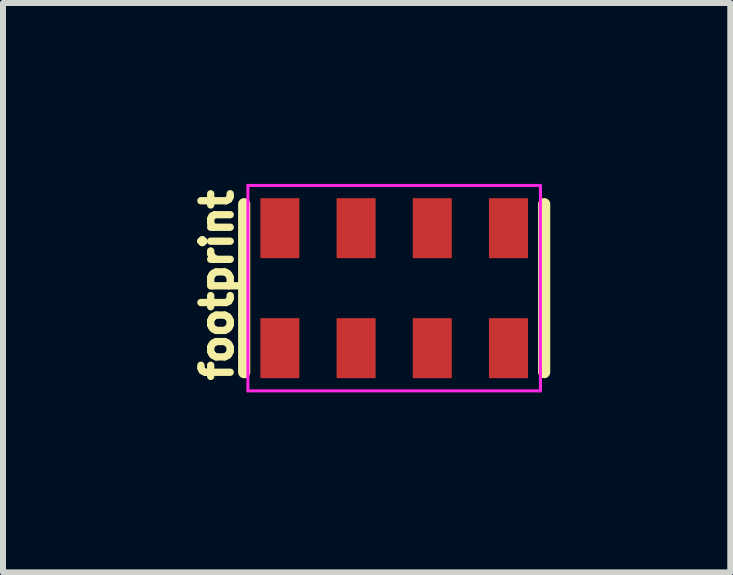
<source format=kicad_pcb>
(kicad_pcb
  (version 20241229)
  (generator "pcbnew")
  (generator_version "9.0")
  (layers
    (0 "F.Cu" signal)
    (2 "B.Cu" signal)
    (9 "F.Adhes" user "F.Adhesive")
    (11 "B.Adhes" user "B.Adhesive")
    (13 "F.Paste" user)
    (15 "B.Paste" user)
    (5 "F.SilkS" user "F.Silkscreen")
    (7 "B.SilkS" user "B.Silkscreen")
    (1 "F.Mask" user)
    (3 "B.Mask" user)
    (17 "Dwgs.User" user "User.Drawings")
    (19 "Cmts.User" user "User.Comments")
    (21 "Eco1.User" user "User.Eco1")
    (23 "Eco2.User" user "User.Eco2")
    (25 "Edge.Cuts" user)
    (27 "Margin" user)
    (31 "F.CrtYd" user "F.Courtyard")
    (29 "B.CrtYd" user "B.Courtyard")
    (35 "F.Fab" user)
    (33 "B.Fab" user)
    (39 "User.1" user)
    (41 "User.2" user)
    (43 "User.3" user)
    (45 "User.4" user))
  (footprint "footprint"
    (layer "F.Cu")
    (at 3.52 1.753)
    (property "Reference" "footprint" (at -2.667 -0.051 90) (layer "F.SilkS") (effects (font (size 0.488 0.488) (thickness 0.122)) (justify bottom)))
    (fp_line (start -2.5 -1.4) (end -2.5 1.4) (stroke (width 0.203) (type solid)) (layer "F.SilkS"))
    (fp_line (start 2.5 1.4) (end 2.5 -1.4) (stroke (width 0.203) (type solid)) (layer "F.SilkS"))
    (fp_line (start -2.438 -1.712) (end 2.438 -1.712) (stroke (width 0.051) (type solid)) (layer "F.CrtYd"))
    (fp_line (start -2.438 1.712) (end -2.438 -1.712) (stroke (width 0.051) (type solid)) (layer "F.CrtYd"))
    (fp_line (start 2.438 -1.712) (end 2.438 1.712) (stroke (width 0.051) (type solid)) (layer "F.CrtYd"))
    (fp_line (start 2.438 1.712) (end -2.438 1.712) (stroke (width 0.051) (type solid)) (layer "F.CrtYd"))
    (pad "1" smd rect (at -1.905 1) (size 0.65 1) (layers "F.Cu" "F.Mask" "F.Paste"))
    (pad "2" smd rect (at -0.635 1) (size 0.65 1) (layers "F.Cu" "F.Mask" "F.Paste"))
    (pad "3" smd rect (at 0.635 1) (size 0.65 1) (layers "F.Cu" "F.Mask" "F.Paste"))
    (pad "4" smd rect (at 1.905 1) (size 0.65 1) (layers "F.Cu" "F.Mask" "F.Paste"))
    (pad "5" smd rect (at 1.905 -1) (size 0.65 1) (layers "F.Cu" "F.Mask" "F.Paste"))
    (pad "6" smd rect (at 0.635 -1) (size 0.65 1) (layers "F.Cu" "F.Mask" "F.Paste"))
    (pad "7" smd rect (at -0.635 -1) (size 0.65 1) (layers "F.Cu" "F.Mask" "F.Paste"))
    (pad "8" smd rect (at -1.905 -1) (size 0.65 1) (layers "F.Cu" "F.Mask" "F.Paste")))
  (gr_rect
    (start -3 -3)
    (end 9.122 6.49)
    (stroke (width 0.1) (type default))
    (fill no)
    (layer "Edge.Cuts")))
</source>
